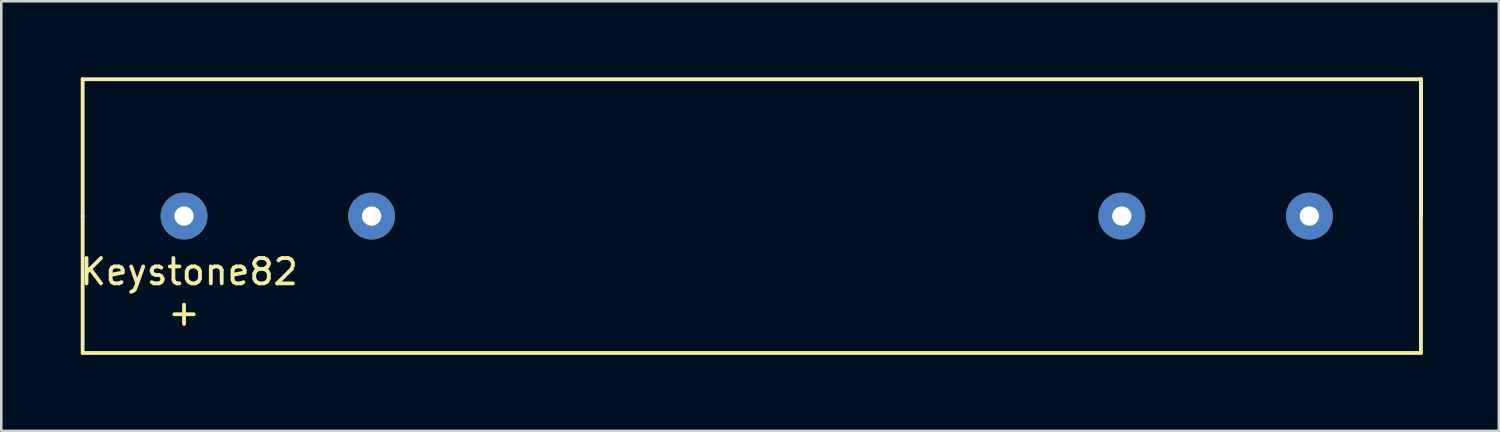
<source format=kicad_pcb>
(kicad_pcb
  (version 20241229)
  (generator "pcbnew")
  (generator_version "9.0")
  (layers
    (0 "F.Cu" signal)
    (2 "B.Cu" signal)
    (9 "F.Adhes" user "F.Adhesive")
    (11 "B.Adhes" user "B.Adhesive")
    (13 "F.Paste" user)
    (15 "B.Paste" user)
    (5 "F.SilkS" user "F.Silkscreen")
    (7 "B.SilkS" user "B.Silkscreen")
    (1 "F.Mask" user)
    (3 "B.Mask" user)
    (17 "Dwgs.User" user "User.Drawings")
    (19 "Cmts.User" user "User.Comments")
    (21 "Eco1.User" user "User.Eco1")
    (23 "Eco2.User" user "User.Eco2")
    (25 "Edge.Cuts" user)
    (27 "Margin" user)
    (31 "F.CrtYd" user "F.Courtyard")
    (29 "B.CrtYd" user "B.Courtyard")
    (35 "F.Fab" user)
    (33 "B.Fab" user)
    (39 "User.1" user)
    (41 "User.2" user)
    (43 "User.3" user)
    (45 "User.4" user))
  (footprint "Keystone82"
    (layer "F.Cu")
    (at 4.211 5.475)
    (property "Reference" "Keystone82" (at 0.2 2.2 0) (layer "F.SilkS") (effects (font (size 1 1) (thickness 0.15))))
    (attr through_hole)
    (fp_line (start -4 -5.4) (end 48.8 -5.4) (stroke (width 0.15) (type solid)) (layer "F.SilkS"))
    (fp_line (start -4 0) (end -4 -5.4) (stroke (width 0.15) (type solid)) (layer "F.SilkS"))
    (fp_line (start -4 0) (end -4 5.4) (stroke (width 0.15) (type solid)) (layer "F.SilkS"))
    (fp_line (start -4 5.4) (end 48.8 5.4) (stroke (width 0.15) (type solid)) (layer "F.SilkS"))
    (fp_line (start 48.8 -5.4) (end 48.8 5.4) (stroke (width 0.15) (type solid)) (layer "F.SilkS"))
    (fp_line (start 48.8 0) (end 48.8 -5.4) (stroke (width 0.15) (type solid)) (layer "F.SilkS"))
    (fp_text user "+" (at 0 3.8 0) (layer "F.SilkS") (effects (font (size 1 1) (thickness 0.15))))
    (pad "1" thru_hole circle (at 0 0) (size 1.85 1.85) (drill 0.762) (layers "*.Cu" "*.Mask"))
    (pad "1" thru_hole circle (at 7.4 0) (size 1.85 1.85) (drill 0.762) (layers "*.Cu" "*.Mask"))
    (pad "2" thru_hole circle (at 37 0) (size 1.85 1.85) (drill 0.762) (layers "*.Cu" "*.Mask"))
    (pad "2" thru_hole circle (at 44.4 0) (size 1.85 1.85) (drill 0.762) (layers "*.Cu" "*.Mask")))
  (gr_rect
    (start -3 -3)
    (end 56.086 13.95)
    (stroke (width 0.1) (type default))
    (fill no)
    (layer "Edge.Cuts")))
</source>
